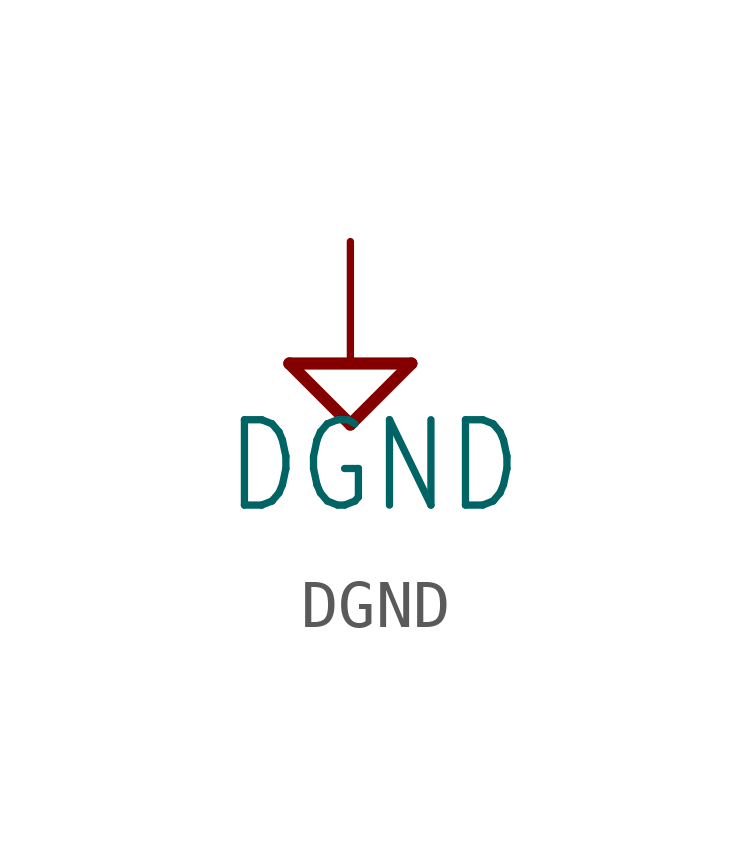
<source format=kicad_sym>
(kicad_symbol_lib
  (version 20211014)
  (generator kicad_symbol_editor)
  (symbol "DGND"
    (power)
    (property "Reference" "#SUPPLY"
      (at 0 0 0)
      (effects (font (size 1.27 1.27)) hide))
    (property "Value" "DGND"
      (at -2.667 -3.175 0)
      (effects (font (size 1.778 1.511)) (justify left bottom)))
    (property "ki_locked" ""
      (at 0 0 0)
      (effects (font (size 1.27 1.27))))
    (symbol "DGND_1_0"
      (polyline (pts (xy -1.27 0) (xy 1.27 0)) (stroke (width 0.254) (type default) (color 0 0 0 0)) (fill (type none)))
      (polyline (pts (xy 0 -1.27) (xy -1.27 0)) (stroke (width 0.254) (type default) (color 0 0 0 0)) (fill (type none)))
      (polyline (pts (xy 1.27 0) (xy 0 -1.27)) (stroke (width 0.254) (type default) (color 0 0 0 0)) (fill (type none)))
      (pin power_in line (at 0 2.54 270) (length 2.54) (name "DGND" (effects (font (size 0 0)))) (number "1" (effects (font (size 0 0))))))))
</source>
